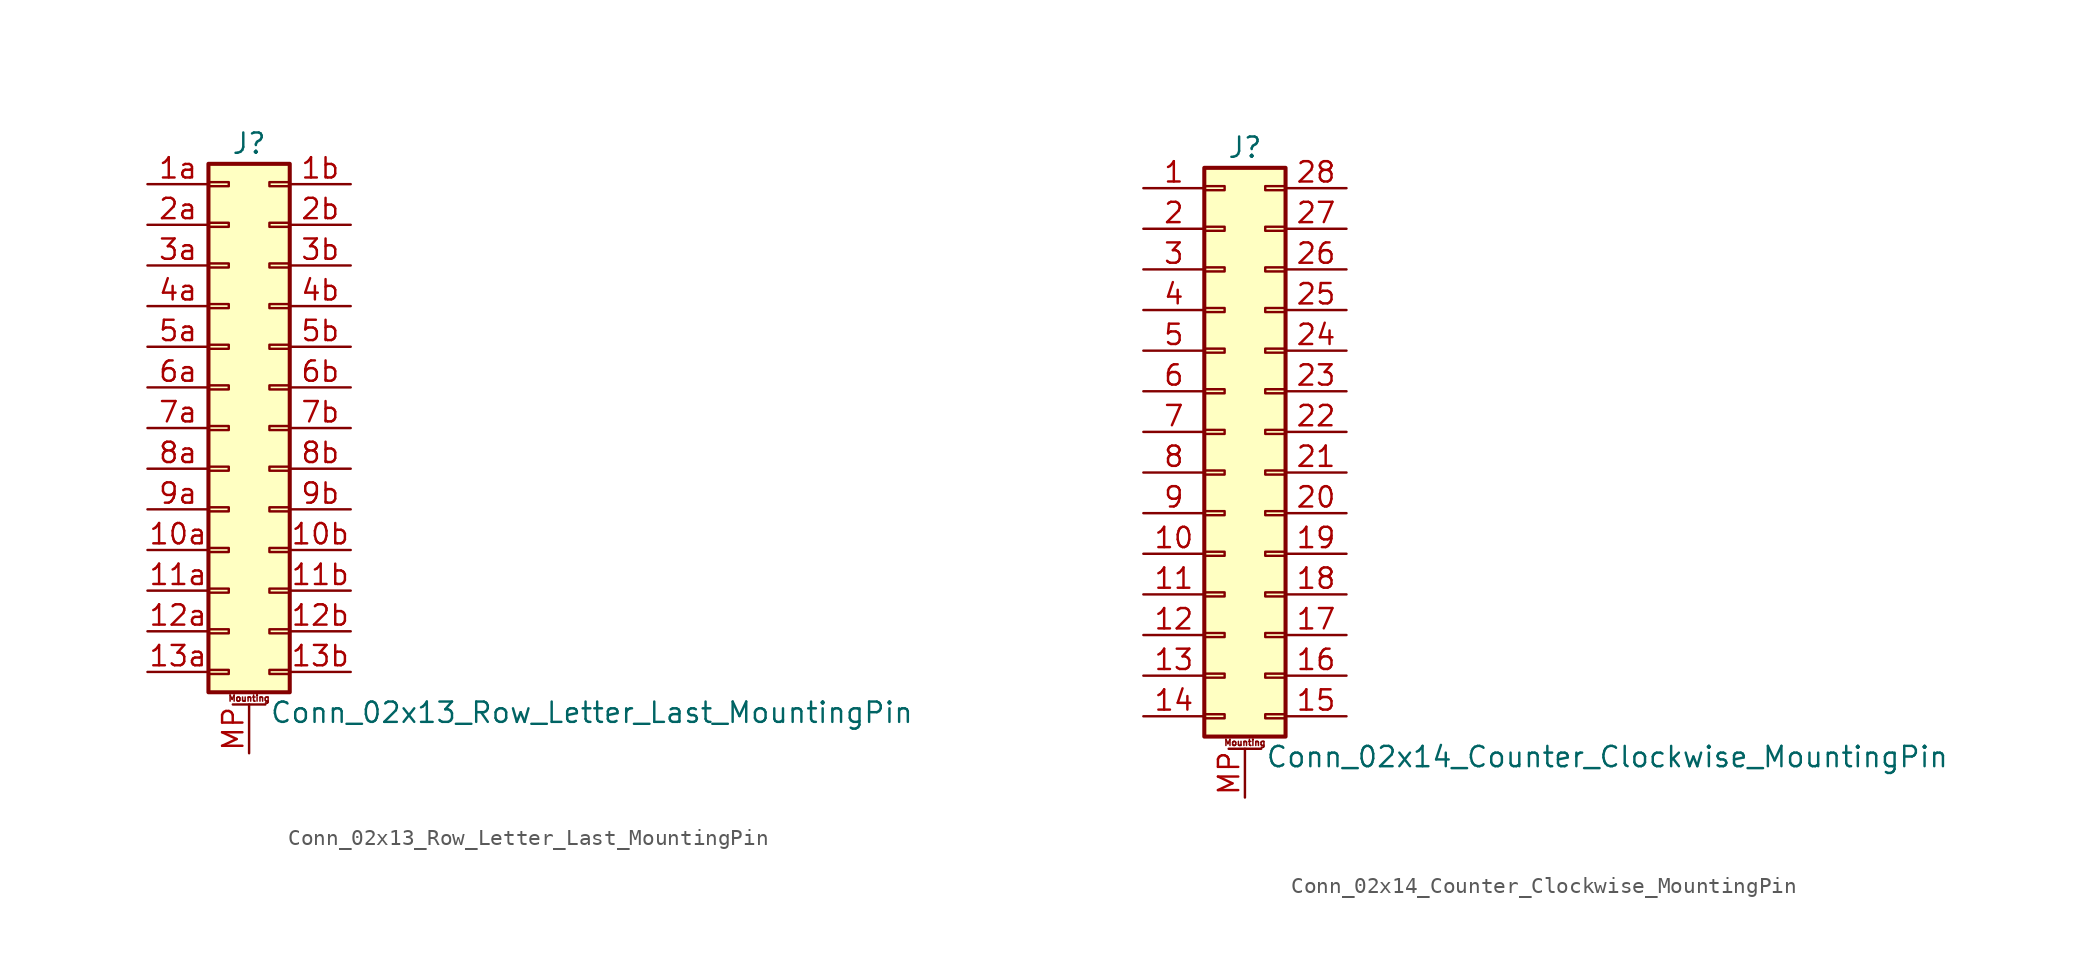
<source format=kicad_sym>
(kicad_symbol_lib
  (version 20220914)
  (generator kicad_symbol_editor)
  (symbol "Conn_02x13_Row_Letter_Last_MountingPin"
    (pin_names
      (offset 1.016) hide)
    (property "Reference" "J"
      (at 1.27 17.78 0)
      (effects (font (size 1.27 1.27))))
    (property "Value" "Conn_02x13_Row_Letter_Last_MountingPin"
      (at 2.54 -17.78 0)
      (effects (font (size 1.27 1.27)) (justify left)))
    (symbol "Conn_02x13_Row_Letter_Last_MountingPin_1_1"
      (rectangle (start -1.27 -15.113) (end 0 -15.367) (stroke (width 0.152) (type default)) (fill (type none)))
      (rectangle (start -1.27 -12.573) (end 0 -12.827) (stroke (width 0.152) (type default)) (fill (type none)))
      (rectangle (start -1.27 -10.033) (end 0 -10.287) (stroke (width 0.152) (type default)) (fill (type none)))
      (rectangle (start -1.27 -7.493) (end 0 -7.747) (stroke (width 0.152) (type default)) (fill (type none)))
      (rectangle (start -1.27 -4.953) (end 0 -5.207) (stroke (width 0.152) (type default)) (fill (type none)))
      (rectangle (start -1.27 -2.413) (end 0 -2.667) (stroke (width 0.152) (type default)) (fill (type none)))
      (rectangle (start -1.27 0.127) (end 0 -0.127) (stroke (width 0.152) (type default)) (fill (type none)))
      (rectangle (start -1.27 2.667) (end 0 2.413) (stroke (width 0.152) (type default)) (fill (type none)))
      (rectangle (start -1.27 5.207) (end 0 4.953) (stroke (width 0.152) (type default)) (fill (type none)))
      (rectangle (start -1.27 7.747) (end 0 7.493) (stroke (width 0.152) (type default)) (fill (type none)))
      (rectangle (start -1.27 10.287) (end 0 10.033) (stroke (width 0.152) (type default)) (fill (type none)))
      (rectangle (start -1.27 12.827) (end 0 12.573) (stroke (width 0.152) (type default)) (fill (type none)))
      (rectangle (start -1.27 15.367) (end 0 15.113) (stroke (width 0.152) (type default)) (fill (type none)))
      (rectangle (start -1.27 16.51) (end 3.81 -16.51) (stroke (width 0.254) (type default)) (fill (type background)))
      (polyline (pts (xy 0.254 -17.272) (xy 2.286 -17.272)) (stroke (width 0.152) (type default)) (fill (type none)))
      (rectangle (start 3.81 -15.113) (end 2.54 -15.367) (stroke (width 0.152) (type default)) (fill (type none)))
      (rectangle (start 3.81 -12.573) (end 2.54 -12.827) (stroke (width 0.152) (type default)) (fill (type none)))
      (rectangle (start 3.81 -10.033) (end 2.54 -10.287) (stroke (width 0.152) (type default)) (fill (type none)))
      (rectangle (start 3.81 -7.493) (end 2.54 -7.747) (stroke (width 0.152) (type default)) (fill (type none)))
      (rectangle (start 3.81 -4.953) (end 2.54 -5.207) (stroke (width 0.152) (type default)) (fill (type none)))
      (rectangle (start 3.81 -2.413) (end 2.54 -2.667) (stroke (width 0.152) (type default)) (fill (type none)))
      (rectangle (start 3.81 0.127) (end 2.54 -0.127) (stroke (width 0.152) (type default)) (fill (type none)))
      (rectangle (start 3.81 2.667) (end 2.54 2.413) (stroke (width 0.152) (type default)) (fill (type none)))
      (rectangle (start 3.81 5.207) (end 2.54 4.953) (stroke (width 0.152) (type default)) (fill (type none)))
      (rectangle (start 3.81 7.747) (end 2.54 7.493) (stroke (width 0.152) (type default)) (fill (type none)))
      (rectangle (start 3.81 10.287) (end 2.54 10.033) (stroke (width 0.152) (type default)) (fill (type none)))
      (rectangle (start 3.81 12.827) (end 2.54 12.573) (stroke (width 0.152) (type default)) (fill (type none)))
      (rectangle (start 3.81 15.367) (end 2.54 15.113) (stroke (width 0.152) (type default)) (fill (type none)))
      (text "Mounting" (at 1.27 -16.891 0) (effects (font (size 0.381 0.381))))
      (pin passive line (at -5.08 -7.62 0) (length 3.81) (name "Pin_10a" (effects (font (size 1.27 1.27)))) (number "10a" (effects (font (size 1.27 1.27)))))
      (pin passive line (at 7.62 -7.62 180) (length 3.81) (name "Pin_10b" (effects (font (size 1.27 1.27)))) (number "10b" (effects (font (size 1.27 1.27)))))
      (pin passive line (at -5.08 -10.16 0) (length 3.81) (name "Pin_11a" (effects (font (size 1.27 1.27)))) (number "11a" (effects (font (size 1.27 1.27)))))
      (pin passive line (at 7.62 -10.16 180) (length 3.81) (name "Pin_11b" (effects (font (size 1.27 1.27)))) (number "11b" (effects (font (size 1.27 1.27)))))
      (pin passive line (at -5.08 -12.7 0) (length 3.81) (name "Pin_12a" (effects (font (size 1.27 1.27)))) (number "12a" (effects (font (size 1.27 1.27)))))
      (pin passive line (at 7.62 -12.7 180) (length 3.81) (name "Pin_12b" (effects (font (size 1.27 1.27)))) (number "12b" (effects (font (size 1.27 1.27)))))
      (pin passive line (at -5.08 -15.24 0) (length 3.81) (name "Pin_13a" (effects (font (size 1.27 1.27)))) (number "13a" (effects (font (size 1.27 1.27)))))
      (pin passive line (at 7.62 -15.24 180) (length 3.81) (name "Pin_13b" (effects (font (size 1.27 1.27)))) (number "13b" (effects (font (size 1.27 1.27)))))
      (pin passive line (at -5.08 15.24 0) (length 3.81) (name "Pin_1a" (effects (font (size 1.27 1.27)))) (number "1a" (effects (font (size 1.27 1.27)))))
      (pin passive line (at 7.62 15.24 180) (length 3.81) (name "Pin_1b" (effects (font (size 1.27 1.27)))) (number "1b" (effects (font (size 1.27 1.27)))))
      (pin passive line (at -5.08 12.7 0) (length 3.81) (name "Pin_2a" (effects (font (size 1.27 1.27)))) (number "2a" (effects (font (size 1.27 1.27)))))
      (pin passive line (at 7.62 12.7 180) (length 3.81) (name "Pin_2b" (effects (font (size 1.27 1.27)))) (number "2b" (effects (font (size 1.27 1.27)))))
      (pin passive line (at -5.08 10.16 0) (length 3.81) (name "Pin_3a" (effects (font (size 1.27 1.27)))) (number "3a" (effects (font (size 1.27 1.27)))))
      (pin passive line (at 7.62 10.16 180) (length 3.81) (name "Pin_3b" (effects (font (size 1.27 1.27)))) (number "3b" (effects (font (size 1.27 1.27)))))
      (pin passive line (at -5.08 7.62 0) (length 3.81) (name "Pin_4a" (effects (font (size 1.27 1.27)))) (number "4a" (effects (font (size 1.27 1.27)))))
      (pin passive line (at 7.62 7.62 180) (length 3.81) (name "Pin_4b" (effects (font (size 1.27 1.27)))) (number "4b" (effects (font (size 1.27 1.27)))))
      (pin passive line (at -5.08 5.08 0) (length 3.81) (name "Pin_5a" (effects (font (size 1.27 1.27)))) (number "5a" (effects (font (size 1.27 1.27)))))
      (pin passive line (at 7.62 5.08 180) (length 3.81) (name "Pin_5b" (effects (font (size 1.27 1.27)))) (number "5b" (effects (font (size 1.27 1.27)))))
      (pin passive line (at -5.08 2.54 0) (length 3.81) (name "Pin_6a" (effects (font (size 1.27 1.27)))) (number "6a" (effects (font (size 1.27 1.27)))))
      (pin passive line (at 7.62 2.54 180) (length 3.81) (name "Pin_6b" (effects (font (size 1.27 1.27)))) (number "6b" (effects (font (size 1.27 1.27)))))
      (pin passive line (at -5.08 0 0) (length 3.81) (name "Pin_7a" (effects (font (size 1.27 1.27)))) (number "7a" (effects (font (size 1.27 1.27)))))
      (pin passive line (at 7.62 0 180) (length 3.81) (name "Pin_7b" (effects (font (size 1.27 1.27)))) (number "7b" (effects (font (size 1.27 1.27)))))
      (pin passive line (at -5.08 -2.54 0) (length 3.81) (name "Pin_8a" (effects (font (size 1.27 1.27)))) (number "8a" (effects (font (size 1.27 1.27)))))
      (pin passive line (at 7.62 -2.54 180) (length 3.81) (name "Pin_8b" (effects (font (size 1.27 1.27)))) (number "8b" (effects (font (size 1.27 1.27)))))
      (pin passive line (at -5.08 -5.08 0) (length 3.81) (name "Pin_9a" (effects (font (size 1.27 1.27)))) (number "9a" (effects (font (size 1.27 1.27)))))
      (pin passive line (at 7.62 -5.08 180) (length 3.81) (name "Pin_9b" (effects (font (size 1.27 1.27)))) (number "9b" (effects (font (size 1.27 1.27)))))
      (pin passive line (at 1.27 -20.32 90) (length 3.048) (name "MountPin" (effects (font (size 1.27 1.27)))) (number "MP" (effects (font (size 1.27 1.27)))))))
  (symbol "Conn_02x14_Counter_Clockwise_MountingPin"
    (pin_names
      (offset 1.016) hide)
    (property "Reference" "J"
      (at 1.27 17.78 0)
      (effects (font (size 1.27 1.27))))
    (property "Value" "Conn_02x14_Counter_Clockwise_MountingPin"
      (at 2.54 -20.32 0)
      (effects (font (size 1.27 1.27)) (justify left)))
    (symbol "Conn_02x14_Counter_Clockwise_MountingPin_1_1"
      (rectangle (start -1.27 -17.653) (end 0 -17.907) (stroke (width 0.152) (type default)) (fill (type none)))
      (rectangle (start -1.27 -15.113) (end 0 -15.367) (stroke (width 0.152) (type default)) (fill (type none)))
      (rectangle (start -1.27 -12.573) (end 0 -12.827) (stroke (width 0.152) (type default)) (fill (type none)))
      (rectangle (start -1.27 -10.033) (end 0 -10.287) (stroke (width 0.152) (type default)) (fill (type none)))
      (rectangle (start -1.27 -7.493) (end 0 -7.747) (stroke (width 0.152) (type default)) (fill (type none)))
      (rectangle (start -1.27 -4.953) (end 0 -5.207) (stroke (width 0.152) (type default)) (fill (type none)))
      (rectangle (start -1.27 -2.413) (end 0 -2.667) (stroke (width 0.152) (type default)) (fill (type none)))
      (rectangle (start -1.27 0.127) (end 0 -0.127) (stroke (width 0.152) (type default)) (fill (type none)))
      (rectangle (start -1.27 2.667) (end 0 2.413) (stroke (width 0.152) (type default)) (fill (type none)))
      (rectangle (start -1.27 5.207) (end 0 4.953) (stroke (width 0.152) (type default)) (fill (type none)))
      (rectangle (start -1.27 7.747) (end 0 7.493) (stroke (width 0.152) (type default)) (fill (type none)))
      (rectangle (start -1.27 10.287) (end 0 10.033) (stroke (width 0.152) (type default)) (fill (type none)))
      (rectangle (start -1.27 12.827) (end 0 12.573) (stroke (width 0.152) (type default)) (fill (type none)))
      (rectangle (start -1.27 15.367) (end 0 15.113) (stroke (width 0.152) (type default)) (fill (type none)))
      (rectangle (start -1.27 16.51) (end 3.81 -19.05) (stroke (width 0.254) (type default)) (fill (type background)))
      (polyline (pts (xy 0.254 -19.812) (xy 2.286 -19.812)) (stroke (width 0.152) (type default)) (fill (type none)))
      (rectangle (start 3.81 -17.653) (end 2.54 -17.907) (stroke (width 0.152) (type default)) (fill (type none)))
      (rectangle (start 3.81 -15.113) (end 2.54 -15.367) (stroke (width 0.152) (type default)) (fill (type none)))
      (rectangle (start 3.81 -12.573) (end 2.54 -12.827) (stroke (width 0.152) (type default)) (fill (type none)))
      (rectangle (start 3.81 -10.033) (end 2.54 -10.287) (stroke (width 0.152) (type default)) (fill (type none)))
      (rectangle (start 3.81 -7.493) (end 2.54 -7.747) (stroke (width 0.152) (type default)) (fill (type none)))
      (rectangle (start 3.81 -4.953) (end 2.54 -5.207) (stroke (width 0.152) (type default)) (fill (type none)))
      (rectangle (start 3.81 -2.413) (end 2.54 -2.667) (stroke (width 0.152) (type default)) (fill (type none)))
      (rectangle (start 3.81 0.127) (end 2.54 -0.127) (stroke (width 0.152) (type default)) (fill (type none)))
      (rectangle (start 3.81 2.667) (end 2.54 2.413) (stroke (width 0.152) (type default)) (fill (type none)))
      (rectangle (start 3.81 5.207) (end 2.54 4.953) (stroke (width 0.152) (type default)) (fill (type none)))
      (rectangle (start 3.81 7.747) (end 2.54 7.493) (stroke (width 0.152) (type default)) (fill (type none)))
      (rectangle (start 3.81 10.287) (end 2.54 10.033) (stroke (width 0.152) (type default)) (fill (type none)))
      (rectangle (start 3.81 12.827) (end 2.54 12.573) (stroke (width 0.152) (type default)) (fill (type none)))
      (rectangle (start 3.81 15.367) (end 2.54 15.113) (stroke (width 0.152) (type default)) (fill (type none)))
      (text "Mounting" (at 1.27 -19.431 0) (effects (font (size 0.381 0.381))))
      (pin passive line (at -5.08 15.24 0) (length 3.81) (name "Pin_1" (effects (font (size 1.27 1.27)))) (number "1" (effects (font (size 1.27 1.27)))))
      (pin passive line (at -5.08 -7.62 0) (length 3.81) (name "Pin_10" (effects (font (size 1.27 1.27)))) (number "10" (effects (font (size 1.27 1.27)))))
      (pin passive line (at -5.08 -10.16 0) (length 3.81) (name "Pin_11" (effects (font (size 1.27 1.27)))) (number "11" (effects (font (size 1.27 1.27)))))
      (pin passive line (at -5.08 -12.7 0) (length 3.81) (name "Pin_12" (effects (font (size 1.27 1.27)))) (number "12" (effects (font (size 1.27 1.27)))))
      (pin passive line (at -5.08 -15.24 0) (length 3.81) (name "Pin_13" (effects (font (size 1.27 1.27)))) (number "13" (effects (font (size 1.27 1.27)))))
      (pin passive line (at -5.08 -17.78 0) (length 3.81) (name "Pin_14" (effects (font (size 1.27 1.27)))) (number "14" (effects (font (size 1.27 1.27)))))
      (pin passive line (at 7.62 -17.78 180) (length 3.81) (name "Pin_15" (effects (font (size 1.27 1.27)))) (number "15" (effects (font (size 1.27 1.27)))))
      (pin passive line (at 7.62 -15.24 180) (length 3.81) (name "Pin_16" (effects (font (size 1.27 1.27)))) (number "16" (effects (font (size 1.27 1.27)))))
      (pin passive line (at 7.62 -12.7 180) (length 3.81) (name "Pin_17" (effects (font (size 1.27 1.27)))) (number "17" (effects (font (size 1.27 1.27)))))
      (pin passive line (at 7.62 -10.16 180) (length 3.81) (name "Pin_18" (effects (font (size 1.27 1.27)))) (number "18" (effects (font (size 1.27 1.27)))))
      (pin passive line (at 7.62 -7.62 180) (length 3.81) (name "Pin_19" (effects (font (size 1.27 1.27)))) (number "19" (effects (font (size 1.27 1.27)))))
      (pin passive line (at -5.08 12.7 0) (length 3.81) (name "Pin_2" (effects (font (size 1.27 1.27)))) (number "2" (effects (font (size 1.27 1.27)))))
      (pin passive line (at 7.62 -5.08 180) (length 3.81) (name "Pin_20" (effects (font (size 1.27 1.27)))) (number "20" (effects (font (size 1.27 1.27)))))
      (pin passive line (at 7.62 -2.54 180) (length 3.81) (name "Pin_21" (effects (font (size 1.27 1.27)))) (number "21" (effects (font (size 1.27 1.27)))))
      (pin passive line (at 7.62 0 180) (length 3.81) (name "Pin_22" (effects (font (size 1.27 1.27)))) (number "22" (effects (font (size 1.27 1.27)))))
      (pin passive line (at 7.62 2.54 180) (length 3.81) (name "Pin_23" (effects (font (size 1.27 1.27)))) (number "23" (effects (font (size 1.27 1.27)))))
      (pin passive line (at 7.62 5.08 180) (length 3.81) (name "Pin_24" (effects (font (size 1.27 1.27)))) (number "24" (effects (font (size 1.27 1.27)))))
      (pin passive line (at 7.62 7.62 180) (length 3.81) (name "Pin_25" (effects (font (size 1.27 1.27)))) (number "25" (effects (font (size 1.27 1.27)))))
      (pin passive line (at 7.62 10.16 180) (length 3.81) (name "Pin_26" (effects (font (size 1.27 1.27)))) (number "26" (effects (font (size 1.27 1.27)))))
      (pin passive line (at 7.62 12.7 180) (length 3.81) (name "Pin_27" (effects (font (size 1.27 1.27)))) (number "27" (effects (font (size 1.27 1.27)))))
      (pin passive line (at 7.62 15.24 180) (length 3.81) (name "Pin_28" (effects (font (size 1.27 1.27)))) (number "28" (effects (font (size 1.27 1.27)))))
      (pin passive line (at -5.08 10.16 0) (length 3.81) (name "Pin_3" (effects (font (size 1.27 1.27)))) (number "3" (effects (font (size 1.27 1.27)))))
      (pin passive line (at -5.08 7.62 0) (length 3.81) (name "Pin_4" (effects (font (size 1.27 1.27)))) (number "4" (effects (font (size 1.27 1.27)))))
      (pin passive line (at -5.08 5.08 0) (length 3.81) (name "Pin_5" (effects (font (size 1.27 1.27)))) (number "5" (effects (font (size 1.27 1.27)))))
      (pin passive line (at -5.08 2.54 0) (length 3.81) (name "Pin_6" (effects (font (size 1.27 1.27)))) (number "6" (effects (font (size 1.27 1.27)))))
      (pin passive line (at -5.08 0 0) (length 3.81) (name "Pin_7" (effects (font (size 1.27 1.27)))) (number "7" (effects (font (size 1.27 1.27)))))
      (pin passive line (at -5.08 -2.54 0) (length 3.81) (name "Pin_8" (effects (font (size 1.27 1.27)))) (number "8" (effects (font (size 1.27 1.27)))))
      (pin passive line (at -5.08 -5.08 0) (length 3.81) (name "Pin_9" (effects (font (size 1.27 1.27)))) (number "9" (effects (font (size 1.27 1.27)))))
      (pin passive line (at 1.27 -22.86 90) (length 3.048) (name "MountPin" (effects (font (size 1.27 1.27)))) (number "MP" (effects (font (size 1.27 1.27))))))))
</source>
